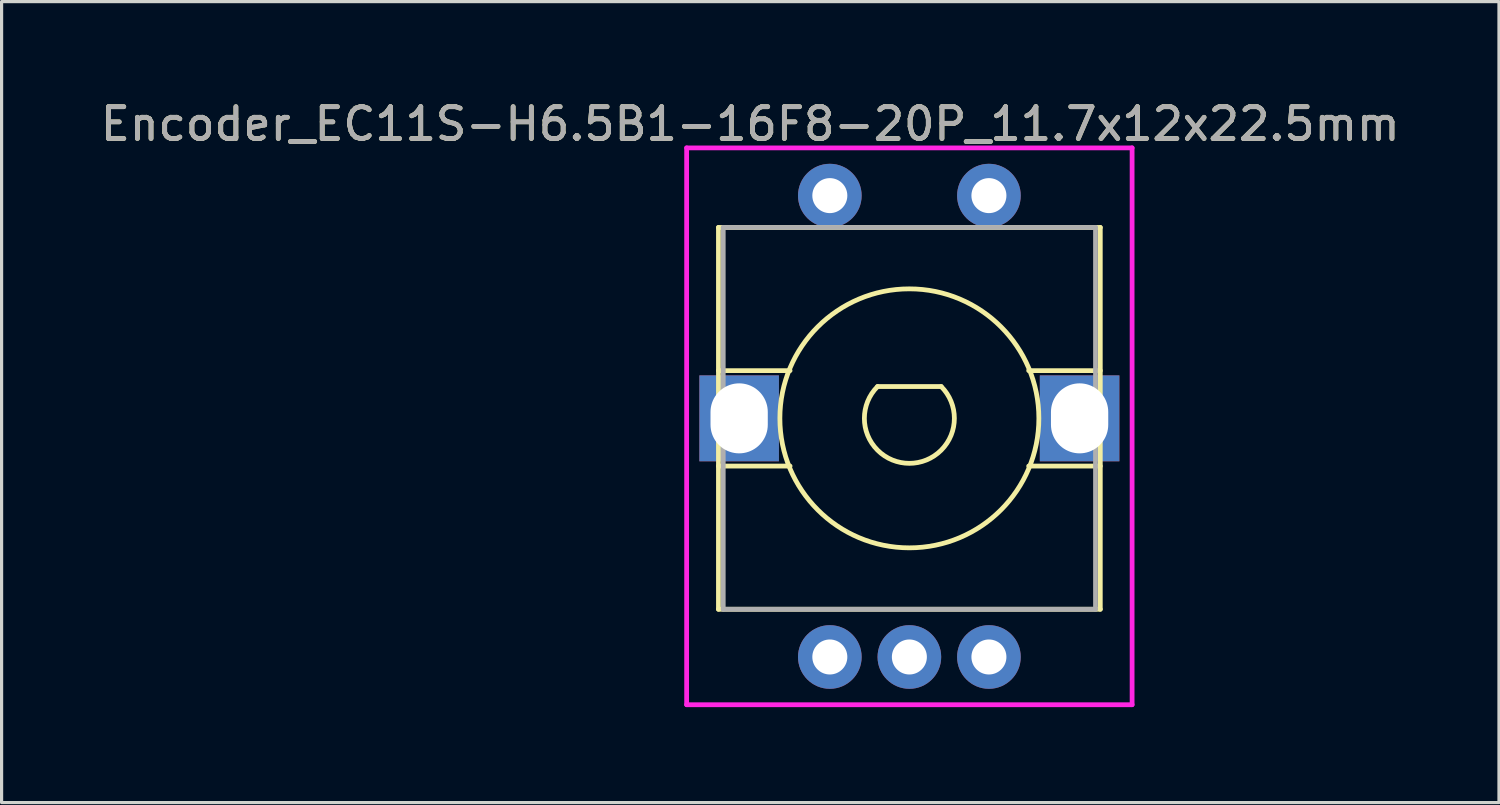
<source format=kicad_pcb>
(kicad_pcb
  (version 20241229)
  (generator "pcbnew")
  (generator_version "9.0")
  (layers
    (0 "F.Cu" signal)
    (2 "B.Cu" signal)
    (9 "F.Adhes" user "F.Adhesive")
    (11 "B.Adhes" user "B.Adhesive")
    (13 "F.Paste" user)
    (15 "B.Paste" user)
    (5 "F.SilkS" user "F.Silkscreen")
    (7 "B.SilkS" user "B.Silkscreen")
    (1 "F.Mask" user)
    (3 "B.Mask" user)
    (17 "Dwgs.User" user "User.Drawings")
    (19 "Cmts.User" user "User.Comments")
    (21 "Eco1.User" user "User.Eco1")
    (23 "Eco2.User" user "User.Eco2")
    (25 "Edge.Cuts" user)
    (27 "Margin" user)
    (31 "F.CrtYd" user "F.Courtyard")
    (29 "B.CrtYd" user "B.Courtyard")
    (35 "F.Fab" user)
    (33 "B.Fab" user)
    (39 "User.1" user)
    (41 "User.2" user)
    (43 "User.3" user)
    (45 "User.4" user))
  (footprint "Encoder_EC11S-H6.5B1-16F8-20P_11.7x12x22.5mm"
    (layer "F.Cu")
    (at 25.53 10.098)
    (property "Reference" "Encoder_EC11S-H6.5B1-16F8-20P_11.7x12x22.5mm" (at -5 -9.25 0) (layer "F.SilkS") (effects (font (size 1 1) (thickness 0.15))))
    (attr through_hole)
    (fp_line (start -6 -6) (end 6 -6) (stroke (width 0.15) (type solid)) (layer "F.SilkS"))
    (fp_line (start -6 6) (end -6 -6) (stroke (width 0.15) (type solid)) (layer "F.SilkS"))
    (fp_line (start -3.75 -1.5) (end -6 -1.5) (stroke (width 0.15) (type solid)) (layer "F.SilkS"))
    (fp_line (start -3.75 1.5) (end -6 1.5) (stroke (width 0.15) (type solid)) (layer "F.SilkS"))
    (fp_line (start -1 -1) (end 1 -1) (stroke (width 0.15) (type solid)) (layer "F.SilkS"))
    (fp_line (start 3.75 -1.5) (end 6 -1.5) (stroke (width 0.15) (type solid)) (layer "F.SilkS"))
    (fp_line (start 3.75 1.5) (end 6 1.5) (stroke (width 0.15) (type solid)) (layer "F.SilkS"))
    (fp_line (start 6 -6) (end 6 6) (stroke (width 0.15) (type solid)) (layer "F.SilkS"))
    (fp_line (start 6 6) (end -6 6) (stroke (width 0.15) (type solid)) (layer "F.SilkS"))
    (fp_arc (start 0.999999 -0.999999) (mid 0 1.414212) (end -0.999999 -0.999999) (stroke (width 0.15) (type solid)) (layer "F.SilkS"))
    (fp_circle (center 0 0) (end 2.75 3) (stroke (width 0.15) (type solid)) (fill no) (layer "F.SilkS"))
    (fp_line (start -7 -8.5) (end 7 -8.5) (stroke (width 0.15) (type solid)) (layer "F.CrtYd"))
    (fp_line (start -7 9) (end -7 -8.5) (stroke (width 0.15) (type solid)) (layer "F.CrtYd"))
    (fp_line (start 7 -8.5) (end 7 9) (stroke (width 0.15) (type solid)) (layer "F.CrtYd"))
    (fp_line (start 7 9) (end -7 9) (stroke (width 0.15) (type solid)) (layer "F.CrtYd"))
    (fp_line (start -5.85 -6) (end -5.85 6) (stroke (width 0.15) (type solid)) (layer "F.Fab"))
    (fp_line (start -5.85 -6) (end 5.85 -6) (stroke (width 0.15) (type solid)) (layer "F.Fab"))
    (fp_line (start -5.85 6) (end 5.85 6) (stroke (width 0.15) (type solid)) (layer "F.Fab"))
    (fp_line (start 5.85 -6) (end 5.85 6) (stroke (width 0.15) (type solid)) (layer "F.Fab"))
    (fp_text user "${REFERENCE}" (at -5 -9.25 0) (layer "F.Fab") (effects (font (size 1 1) (thickness 0.15))))
    (pad "A" thru_hole circle (at -2.5 7.5) (size 2 2) (drill 1.1) (layers "*.Cu" "*.Mask"))
    (pad "B" thru_hole circle (at 2.5 7.5) (size 2 2) (drill 1.1) (layers "*.Cu" "*.Mask"))
    (pad "C" thru_hole circle (at 0 7.5) (size 2 2) (drill 1.1) (layers "*.Cu" "*.Mask"))
    (pad "MP" thru_hole rect (at -5.35 0) (size 2.5 2.7) (drill oval 1.8 2.2) (layers "*.Cu" "*.Mask"))
    (pad "MP" thru_hole rect (at 5.35 0) (size 2.5 2.7) (drill oval 1.8 2.2) (layers "*.Cu" "*.Mask"))
    (pad "S1" thru_hole circle (at -2.5 -7) (size 2 2) (drill 1.1) (layers "*.Cu" "*.Mask"))
    (pad "S2" thru_hole circle (at 2.5 -7) (size 2 2) (drill 1.1) (layers "*.Cu" "*.Mask")))
  (gr_rect
    (start -3 -3)
    (end 44.06 22.173)
    (stroke (width 0.1) (type default))
    (fill no)
    (layer "Edge.Cuts")))
</source>
